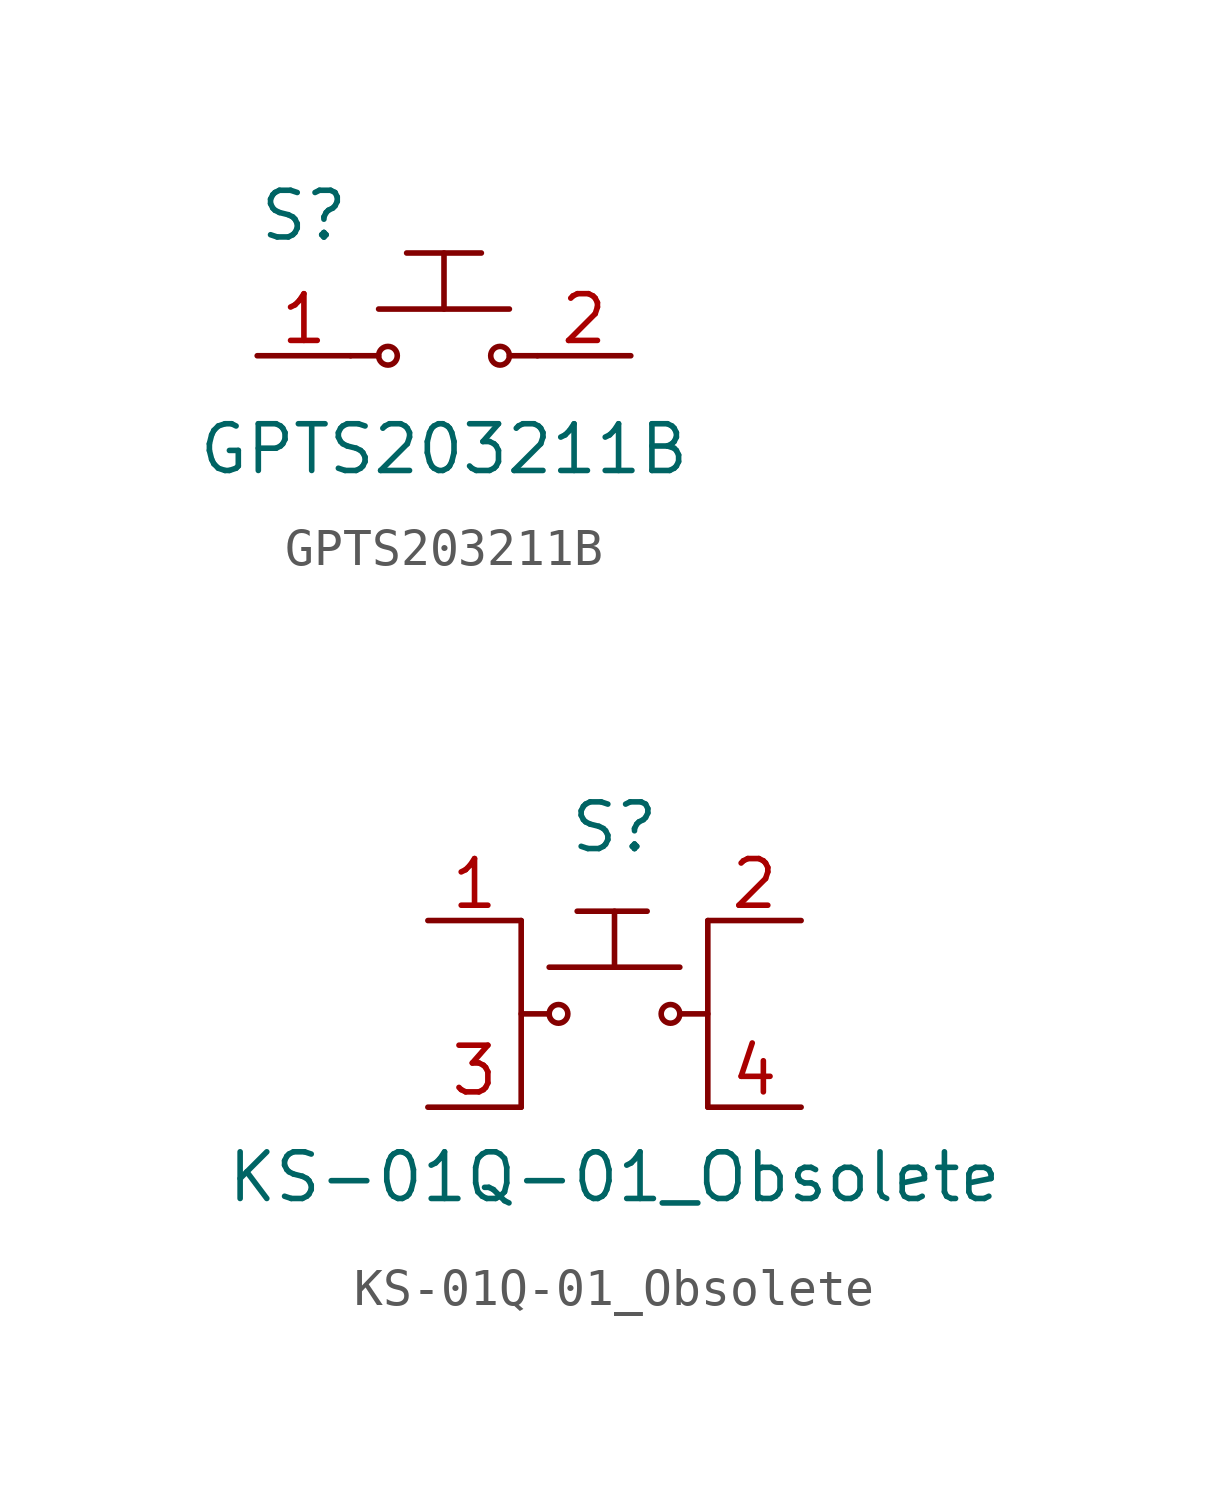
<source format=kicad_sym>
(kicad_symbol_lib
  (version 20211014)
  (generator kicad_symbol_editor)
  (symbol "GPTS203211B"
    (pin_names
      (offset 1.016))
    (property "Reference" "S"
      (at -3.81 3.81 0)
      (effects (font (size 1.27 1.27))))
    (property "Value" "GPTS203211B"
      (at 0 -2.54 0)
      (effects (font (size 1.27 1.27))))
    (symbol "GPTS203211B_0_1"
      (circle (center -1.524 0) (radius 0.254) (stroke (width 0) (type default) (color 0 0 0 0)) (fill (type none)))
      (polyline (pts (xy -2.54 0) (xy -1.778 0)) (stroke (width 0) (type default) (color 0 0 0 0)) (fill (type none)))
      (polyline (pts (xy -1.778 1.27) (xy 1.778 1.27)) (stroke (width 0) (type default) (color 0 0 0 0)) (fill (type none)))
      (polyline (pts (xy -1.016 2.794) (xy 1.016 2.794)) (stroke (width 0) (type default) (color 0 0 0 0)) (fill (type none)))
      (polyline (pts (xy 0 1.27) (xy 0 2.794)) (stroke (width 0) (type default) (color 0 0 0 0)) (fill (type none)))
      (polyline (pts (xy 2.54 0) (xy 1.778 0)) (stroke (width 0) (type default) (color 0 0 0 0)) (fill (type none)))
      (circle (center 1.524 0) (radius 0.254) (stroke (width 0) (type default) (color 0 0 0 0)) (fill (type none))))
    (symbol "GPTS203211B_1_1"
      (pin passive line (at -5.08 0 0) (length 2.54) (name "~" (effects (font (size 1.27 1.27)))) (number "1" (effects (font (size 1.27 1.27)))))
      (pin passive line (at 5.08 0 180) (length 2.54) (name "~" (effects (font (size 1.27 1.27)))) (number "2" (effects (font (size 1.27 1.27)))))))
  (symbol "KS-01Q-01_Obsolete"
    (pin_names
      (offset 1.016))
    (property "Reference" "S"
      (at 0 5.08 0)
      (effects (font (size 1.27 1.27))))
    (property "Value" "KS-01Q-01_Obsolete"
      (at 0 -4.445 0)
      (effects (font (size 1.27 1.27))))
    (symbol "KS-01Q-01_Obsolete_0_1"
      (circle (center -1.524 0) (radius 0.254) (stroke (width 0) (type default) (color 0 0 0 0)) (fill (type none)))
      (polyline (pts (xy -2.54 2.54) (xy -2.54 -2.54)) (stroke (width 0) (type default) (color 0 0 0 0)) (fill (type none)))
      (polyline (pts (xy -1.778 0) (xy -2.54 0)) (stroke (width 0) (type default) (color 0 0 0 0)) (fill (type none)))
      (polyline (pts (xy -1.778 1.27) (xy 1.778 1.27)) (stroke (width 0) (type default) (color 0 0 0 0)) (fill (type none)))
      (polyline (pts (xy 2.54 -2.54) (xy 2.54 2.54)) (stroke (width 0) (type default) (color 0 0 0 0)) (fill (type none)))
      (polyline (pts (xy 2.54 0) (xy 1.778 0)) (stroke (width 0) (type default) (color 0 0 0 0)) (fill (type none)))
      (circle (center 1.524 0) (radius 0.254) (stroke (width 0) (type default) (color 0 0 0 0)) (fill (type none))))
    (symbol "KS-01Q-01_Obsolete_1_1"
      (polyline (pts (xy -1.016 2.794) (xy 0.889 2.794)) (stroke (width 0) (type default) (color 0 0 0 0)) (fill (type none)))
      (polyline (pts (xy 0 2.794) (xy 0 1.27)) (stroke (width 0) (type default) (color 0 0 0 0)) (fill (type none)))
      (pin passive line (at -5.08 2.54 0) (length 2.54) (name "~" (effects (font (size 1.27 1.27)))) (number "1" (effects (font (size 1.27 1.27)))))
      (pin passive line (at 5.08 2.54 180) (length 2.54) (name "~" (effects (font (size 1.27 1.27)))) (number "2" (effects (font (size 1.27 1.27)))))
      (pin passive line (at -5.08 -2.54 0) (length 2.54) (name "~" (effects (font (size 1.27 1.27)))) (number "3" (effects (font (size 1.27 1.27)))))
      (pin passive line (at 5.08 -2.54 180) (length 2.54) (name "~" (effects (font (size 1.27 1.27)))) (number "4" (effects (font (size 1.27 1.27))))))))
</source>
